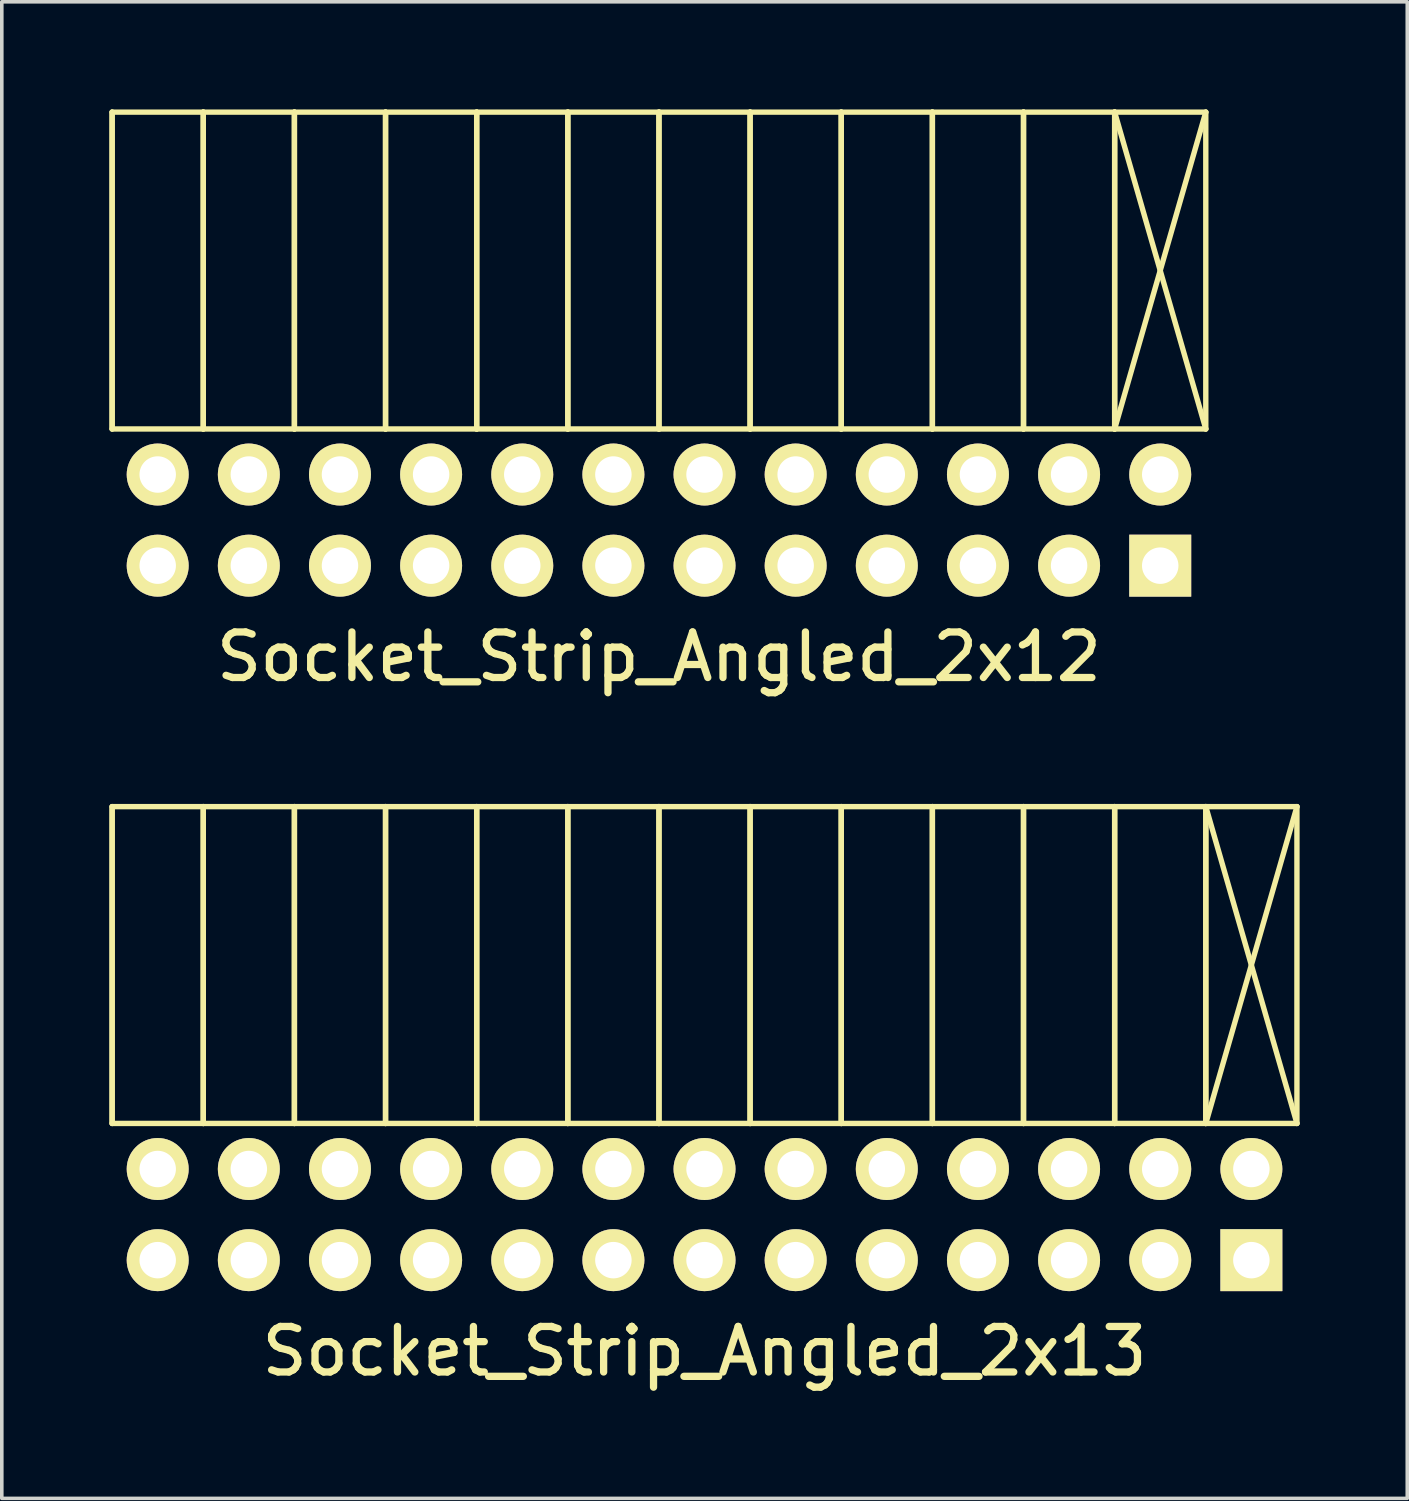
<source format=kicad_pcb>
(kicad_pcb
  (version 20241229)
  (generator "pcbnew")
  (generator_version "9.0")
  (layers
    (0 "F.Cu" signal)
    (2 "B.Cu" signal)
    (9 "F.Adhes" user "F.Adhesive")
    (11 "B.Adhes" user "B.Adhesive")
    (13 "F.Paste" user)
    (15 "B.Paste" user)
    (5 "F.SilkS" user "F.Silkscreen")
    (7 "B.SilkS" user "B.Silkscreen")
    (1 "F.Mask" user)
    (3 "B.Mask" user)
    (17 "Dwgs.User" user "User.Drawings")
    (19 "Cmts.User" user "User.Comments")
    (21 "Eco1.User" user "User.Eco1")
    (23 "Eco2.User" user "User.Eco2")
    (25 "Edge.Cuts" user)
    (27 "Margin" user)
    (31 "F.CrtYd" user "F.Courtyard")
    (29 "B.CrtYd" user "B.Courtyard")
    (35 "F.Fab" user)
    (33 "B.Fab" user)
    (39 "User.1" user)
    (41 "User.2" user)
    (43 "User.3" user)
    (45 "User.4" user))
  (footprint "Socket_Strip_Angled_2x12"
    (layer "F.Cu")
    (at 15.315 11.445)
    (property "Reference" "Socket_Strip_Angled_2x12" (at 0 3.81 0) (layer "F.SilkS") (effects (font (size 1.27 1.27) (thickness 0.203))))
    (attr through_hole)
    (fp_line (start -15.24 -11.37) (end -15.24 -2.54) (stroke (width 0.15) (type solid)) (layer "F.SilkS"))
    (fp_line (start -15.24 -2.54) (end -15.24 -11.37) (stroke (width 0.15) (type solid)) (layer "F.SilkS"))
    (fp_line (start -12.7 -11.37) (end -15.24 -11.37) (stroke (width 0.15) (type solid)) (layer "F.SilkS"))
    (fp_line (start -12.7 -11.37) (end -12.7 -2.54) (stroke (width 0.15) (type solid)) (layer "F.SilkS"))
    (fp_line (start -12.7 -2.54) (end -15.24 -2.54) (stroke (width 0.15) (type solid)) (layer "F.SilkS"))
    (fp_line (start -12.7 -2.54) (end -12.7 -11.37) (stroke (width 0.15) (type solid)) (layer "F.SilkS"))
    (fp_line (start -10.16 -11.37) (end -12.7 -11.37) (stroke (width 0.15) (type solid)) (layer "F.SilkS"))
    (fp_line (start -10.16 -11.37) (end -10.16 -2.54) (stroke (width 0.15) (type solid)) (layer "F.SilkS"))
    (fp_line (start -10.16 -2.54) (end -12.7 -2.54) (stroke (width 0.15) (type solid)) (layer "F.SilkS"))
    (fp_line (start -10.16 -2.54) (end -10.16 -11.37) (stroke (width 0.15) (type solid)) (layer "F.SilkS"))
    (fp_line (start -7.62 -11.37) (end -10.16 -11.37) (stroke (width 0.15) (type solid)) (layer "F.SilkS"))
    (fp_line (start -7.62 -11.37) (end -7.62 -2.54) (stroke (width 0.15) (type solid)) (layer "F.SilkS"))
    (fp_line (start -7.62 -2.54) (end -10.16 -2.54) (stroke (width 0.15) (type solid)) (layer "F.SilkS"))
    (fp_line (start -7.62 -2.54) (end -7.62 -11.37) (stroke (width 0.15) (type solid)) (layer "F.SilkS"))
    (fp_line (start -5.08 -11.37) (end -7.62 -11.37) (stroke (width 0.15) (type solid)) (layer "F.SilkS"))
    (fp_line (start -5.08 -11.37) (end -5.08 -2.54) (stroke (width 0.15) (type solid)) (layer "F.SilkS"))
    (fp_line (start -5.08 -2.54) (end -7.62 -2.54) (stroke (width 0.15) (type solid)) (layer "F.SilkS"))
    (fp_line (start -5.08 -2.54) (end -5.08 -11.37) (stroke (width 0.15) (type solid)) (layer "F.SilkS"))
    (fp_line (start -2.54 -11.37) (end -5.08 -11.37) (stroke (width 0.15) (type solid)) (layer "F.SilkS"))
    (fp_line (start -2.54 -11.37) (end -2.54 -2.54) (stroke (width 0.15) (type solid)) (layer "F.SilkS"))
    (fp_line (start -2.54 -2.54) (end -5.08 -2.54) (stroke (width 0.15) (type solid)) (layer "F.SilkS"))
    (fp_line (start -2.54 -2.54) (end -2.54 -11.37) (stroke (width 0.15) (type solid)) (layer "F.SilkS"))
    (fp_line (start 0 -11.37) (end -2.54 -11.37) (stroke (width 0.15) (type solid)) (layer "F.SilkS"))
    (fp_line (start 0 -11.37) (end 0 -2.54) (stroke (width 0.15) (type solid)) (layer "F.SilkS"))
    (fp_line (start 0 -2.54) (end -2.54 -2.54) (stroke (width 0.15) (type solid)) (layer "F.SilkS"))
    (fp_line (start 0 -2.54) (end 0 -11.37) (stroke (width 0.15) (type solid)) (layer "F.SilkS"))
    (fp_line (start 2.54 -11.37) (end 0 -11.37) (stroke (width 0.15) (type solid)) (layer "F.SilkS"))
    (fp_line (start 2.54 -11.37) (end 2.54 -2.54) (stroke (width 0.15) (type solid)) (layer "F.SilkS"))
    (fp_line (start 2.54 -2.54) (end 0 -2.54) (stroke (width 0.15) (type solid)) (layer "F.SilkS"))
    (fp_line (start 2.54 -2.54) (end 2.54 -11.37) (stroke (width 0.15) (type solid)) (layer "F.SilkS"))
    (fp_line (start 5.08 -11.37) (end 2.54 -11.37) (stroke (width 0.15) (type solid)) (layer "F.SilkS"))
    (fp_line (start 5.08 -11.37) (end 5.08 -2.54) (stroke (width 0.15) (type solid)) (layer "F.SilkS"))
    (fp_line (start 5.08 -2.54) (end 2.54 -2.54) (stroke (width 0.15) (type solid)) (layer "F.SilkS"))
    (fp_line (start 5.08 -2.54) (end 5.08 -11.37) (stroke (width 0.15) (type solid)) (layer "F.SilkS"))
    (fp_line (start 7.62 -11.37) (end 5.08 -11.37) (stroke (width 0.15) (type solid)) (layer "F.SilkS"))
    (fp_line (start 7.62 -11.37) (end 7.62 -2.54) (stroke (width 0.15) (type solid)) (layer "F.SilkS"))
    (fp_line (start 7.62 -2.54) (end 5.08 -2.54) (stroke (width 0.15) (type solid)) (layer "F.SilkS"))
    (fp_line (start 7.62 -2.54) (end 7.62 -11.37) (stroke (width 0.15) (type solid)) (layer "F.SilkS"))
    (fp_line (start 10.16 -11.37) (end 7.62 -11.37) (stroke (width 0.15) (type solid)) (layer "F.SilkS"))
    (fp_line (start 10.16 -11.37) (end 10.16 -2.54) (stroke (width 0.15) (type solid)) (layer "F.SilkS"))
    (fp_line (start 10.16 -2.54) (end 7.62 -2.54) (stroke (width 0.15) (type solid)) (layer "F.SilkS"))
    (fp_line (start 10.16 -2.54) (end 10.16 -11.37) (stroke (width 0.15) (type solid)) (layer "F.SilkS"))
    (fp_line (start 12.7 -11.37) (end 10.16 -11.37) (stroke (width 0.15) (type solid)) (layer "F.SilkS"))
    (fp_line (start 12.7 -11.37) (end 12.7 -2.54) (stroke (width 0.15) (type solid)) (layer "F.SilkS"))
    (fp_line (start 12.7 -2.54) (end 10.16 -2.54) (stroke (width 0.15) (type solid)) (layer "F.SilkS"))
    (fp_line (start 12.7 -2.54) (end 12.7 -11.37) (stroke (width 0.15) (type solid)) (layer "F.SilkS"))
    (fp_line (start 15.24 -11.37) (end 12.7 -11.37) (stroke (width 0.15) (type solid)) (layer "F.SilkS"))
    (fp_line (start 15.24 -11.37) (end 12.7 -2.54) (stroke (width 0.15) (type solid)) (layer "F.SilkS"))
    (fp_line (start 15.24 -2.54) (end 12.7 -11.37) (stroke (width 0.15) (type solid)) (layer "F.SilkS"))
    (fp_line (start 15.24 -2.54) (end 12.7 -2.54) (stroke (width 0.15) (type solid)) (layer "F.SilkS"))
    (fp_line (start 15.24 -2.54) (end 15.24 -11.37) (stroke (width 0.15) (type solid)) (layer "F.SilkS"))
    (pad "1" thru_hole rect (at 13.97 1.27 180) (size 1.727 1.727) (drill 1.016) (layers "*.Cu" "*.Mask" "F.SilkS"))
    (pad "2" thru_hole oval (at 13.97 -1.27 180) (size 1.727 1.727) (drill 1.016) (layers "*.Cu" "*.Mask" "F.SilkS"))
    (pad "3" thru_hole oval (at 11.43 1.27 180) (size 1.727 1.727) (drill 1.016) (layers "*.Cu" "*.Mask" "F.SilkS"))
    (pad "4" thru_hole oval (at 11.43 -1.27 180) (size 1.727 1.727) (drill 1.016) (layers "*.Cu" "*.Mask" "F.SilkS"))
    (pad "5" thru_hole oval (at 8.89 1.27 180) (size 1.727 1.727) (drill 1.016) (layers "*.Cu" "*.Mask" "F.SilkS"))
    (pad "6" thru_hole oval (at 8.89 -1.27 180) (size 1.727 1.727) (drill 1.016) (layers "*.Cu" "*.Mask" "F.SilkS"))
    (pad "7" thru_hole oval (at 6.35 1.27 180) (size 1.727 1.727) (drill 1.016) (layers "*.Cu" "*.Mask" "F.SilkS"))
    (pad "8" thru_hole oval (at 6.35 -1.27 180) (size 1.727 1.727) (drill 1.016) (layers "*.Cu" "*.Mask" "F.SilkS"))
    (pad "9" thru_hole oval (at 3.81 1.27 180) (size 1.727 1.727) (drill 1.016) (layers "*.Cu" "*.Mask" "F.SilkS"))
    (pad "10" thru_hole oval (at 3.81 -1.27 180) (size 1.727 1.727) (drill 1.016) (layers "*.Cu" "*.Mask" "F.SilkS"))
    (pad "11" thru_hole oval (at 1.27 1.27 180) (size 1.727 1.727) (drill 1.016) (layers "*.Cu" "*.Mask" "F.SilkS"))
    (pad "12" thru_hole oval (at 1.27 -1.27 180) (size 1.727 1.727) (drill 1.016) (layers "*.Cu" "*.Mask" "F.SilkS"))
    (pad "13" thru_hole oval (at -1.27 1.27 180) (size 1.727 1.727) (drill 1.016) (layers "*.Cu" "*.Mask" "F.SilkS"))
    (pad "14" thru_hole oval (at -1.27 -1.27 180) (size 1.727 1.727) (drill 1.016) (layers "*.Cu" "*.Mask" "F.SilkS"))
    (pad "15" thru_hole oval (at -3.81 1.27 180) (size 1.727 1.727) (drill 1.016) (layers "*.Cu" "*.Mask" "F.SilkS"))
    (pad "16" thru_hole oval (at -3.81 -1.27 180) (size 1.727 1.727) (drill 1.016) (layers "*.Cu" "*.Mask" "F.SilkS"))
    (pad "17" thru_hole oval (at -6.35 1.27 180) (size 1.727 1.727) (drill 1.016) (layers "*.Cu" "*.Mask" "F.SilkS"))
    (pad "18" thru_hole oval (at -6.35 -1.27 180) (size 1.727 1.727) (drill 1.016) (layers "*.Cu" "*.Mask" "F.SilkS"))
    (pad "19" thru_hole oval (at -8.89 1.27 180) (size 1.727 1.727) (drill 1.016) (layers "*.Cu" "*.Mask" "F.SilkS"))
    (pad "20" thru_hole oval (at -8.89 -1.27 180) (size 1.727 1.727) (drill 1.016) (layers "*.Cu" "*.Mask" "F.SilkS"))
    (pad "21" thru_hole oval (at -11.43 1.27 180) (size 1.727 1.727) (drill 1.016) (layers "*.Cu" "*.Mask" "F.SilkS"))
    (pad "22" thru_hole oval (at -11.43 -1.27 180) (size 1.727 1.727) (drill 1.016) (layers "*.Cu" "*.Mask" "F.SilkS"))
    (pad "23" thru_hole oval (at -13.97 1.27 180) (size 1.727 1.727) (drill 1.016) (layers "*.Cu" "*.Mask" "F.SilkS"))
    (pad "24" thru_hole oval (at -13.97 -1.27 180) (size 1.727 1.727) (drill 1.016) (layers "*.Cu" "*.Mask" "F.SilkS")))
  (footprint "Socket_Strip_Angled_2x13"
    (layer "F.Cu")
    (at 16.585 30.8)
    (property "Reference" "Socket_Strip_Angled_2x13" (at 0 3.81 0) (layer "F.SilkS") (effects (font (size 1.27 1.27) (thickness 0.203))))
    (attr through_hole)
    (fp_line (start -16.51 -11.37) (end -16.51 -2.54) (stroke (width 0.15) (type solid)) (layer "F.SilkS"))
    (fp_line (start -16.51 -2.54) (end -16.51 -11.37) (stroke (width 0.15) (type solid)) (layer "F.SilkS"))
    (fp_line (start -13.97 -11.37) (end -16.51 -11.37) (stroke (width 0.15) (type solid)) (layer "F.SilkS"))
    (fp_line (start -13.97 -11.37) (end -13.97 -2.54) (stroke (width 0.15) (type solid)) (layer "F.SilkS"))
    (fp_line (start -13.97 -2.54) (end -16.51 -2.54) (stroke (width 0.15) (type solid)) (layer "F.SilkS"))
    (fp_line (start -13.97 -2.54) (end -13.97 -11.37) (stroke (width 0.15) (type solid)) (layer "F.SilkS"))
    (fp_line (start -11.43 -11.37) (end -13.97 -11.37) (stroke (width 0.15) (type solid)) (layer "F.SilkS"))
    (fp_line (start -11.43 -11.37) (end -11.43 -2.54) (stroke (width 0.15) (type solid)) (layer "F.SilkS"))
    (fp_line (start -11.43 -2.54) (end -13.97 -2.54) (stroke (width 0.15) (type solid)) (layer "F.SilkS"))
    (fp_line (start -11.43 -2.54) (end -11.43 -11.37) (stroke (width 0.15) (type solid)) (layer "F.SilkS"))
    (fp_line (start -8.89 -11.37) (end -11.43 -11.37) (stroke (width 0.15) (type solid)) (layer "F.SilkS"))
    (fp_line (start -8.89 -11.37) (end -8.89 -2.54) (stroke (width 0.15) (type solid)) (layer "F.SilkS"))
    (fp_line (start -8.89 -2.54) (end -11.43 -2.54) (stroke (width 0.15) (type solid)) (layer "F.SilkS"))
    (fp_line (start -8.89 -2.54) (end -8.89 -11.37) (stroke (width 0.15) (type solid)) (layer "F.SilkS"))
    (fp_line (start -6.35 -11.37) (end -8.89 -11.37) (stroke (width 0.15) (type solid)) (layer "F.SilkS"))
    (fp_line (start -6.35 -11.37) (end -6.35 -2.54) (stroke (width 0.15) (type solid)) (layer "F.SilkS"))
    (fp_line (start -6.35 -2.54) (end -8.89 -2.54) (stroke (width 0.15) (type solid)) (layer "F.SilkS"))
    (fp_line (start -6.35 -2.54) (end -6.35 -11.37) (stroke (width 0.15) (type solid)) (layer "F.SilkS"))
    (fp_line (start -3.81 -11.37) (end -6.35 -11.37) (stroke (width 0.15) (type solid)) (layer "F.SilkS"))
    (fp_line (start -3.81 -11.37) (end -3.81 -2.54) (stroke (width 0.15) (type solid)) (layer "F.SilkS"))
    (fp_line (start -3.81 -2.54) (end -6.35 -2.54) (stroke (width 0.15) (type solid)) (layer "F.SilkS"))
    (fp_line (start -3.81 -2.54) (end -3.81 -11.37) (stroke (width 0.15) (type solid)) (layer "F.SilkS"))
    (fp_line (start -1.27 -11.37) (end -3.81 -11.37) (stroke (width 0.15) (type solid)) (layer "F.SilkS"))
    (fp_line (start -1.27 -11.37) (end -1.27 -2.54) (stroke (width 0.15) (type solid)) (layer "F.SilkS"))
    (fp_line (start -1.27 -2.54) (end -3.81 -2.54) (stroke (width 0.15) (type solid)) (layer "F.SilkS"))
    (fp_line (start -1.27 -2.54) (end -1.27 -11.37) (stroke (width 0.15) (type solid)) (layer "F.SilkS"))
    (fp_line (start 1.27 -11.37) (end -1.27 -11.37) (stroke (width 0.15) (type solid)) (layer "F.SilkS"))
    (fp_line (start 1.27 -11.37) (end 1.27 -2.54) (stroke (width 0.15) (type solid)) (layer "F.SilkS"))
    (fp_line (start 1.27 -2.54) (end -1.27 -2.54) (stroke (width 0.15) (type solid)) (layer "F.SilkS"))
    (fp_line (start 1.27 -2.54) (end 1.27 -11.37) (stroke (width 0.15) (type solid)) (layer "F.SilkS"))
    (fp_line (start 3.81 -11.37) (end 1.27 -11.37) (stroke (width 0.15) (type solid)) (layer "F.SilkS"))
    (fp_line (start 3.81 -11.37) (end 3.81 -2.54) (stroke (width 0.15) (type solid)) (layer "F.SilkS"))
    (fp_line (start 3.81 -2.54) (end 1.27 -2.54) (stroke (width 0.15) (type solid)) (layer "F.SilkS"))
    (fp_line (start 3.81 -2.54) (end 3.81 -11.37) (stroke (width 0.15) (type solid)) (layer "F.SilkS"))
    (fp_line (start 6.35 -11.37) (end 3.81 -11.37) (stroke (width 0.15) (type solid)) (layer "F.SilkS"))
    (fp_line (start 6.35 -11.37) (end 6.35 -2.54) (stroke (width 0.15) (type solid)) (layer "F.SilkS"))
    (fp_line (start 6.35 -2.54) (end 3.81 -2.54) (stroke (width 0.15) (type solid)) (layer "F.SilkS"))
    (fp_line (start 6.35 -2.54) (end 6.35 -11.37) (stroke (width 0.15) (type solid)) (layer "F.SilkS"))
    (fp_line (start 8.89 -11.37) (end 6.35 -11.37) (stroke (width 0.15) (type solid)) (layer "F.SilkS"))
    (fp_line (start 8.89 -11.37) (end 8.89 -2.54) (stroke (width 0.15) (type solid)) (layer "F.SilkS"))
    (fp_line (start 8.89 -2.54) (end 6.35 -2.54) (stroke (width 0.15) (type solid)) (layer "F.SilkS"))
    (fp_line (start 8.89 -2.54) (end 8.89 -11.37) (stroke (width 0.15) (type solid)) (layer "F.SilkS"))
    (fp_line (start 11.43 -11.37) (end 8.89 -11.37) (stroke (width 0.15) (type solid)) (layer "F.SilkS"))
    (fp_line (start 11.43 -11.37) (end 11.43 -2.54) (stroke (width 0.15) (type solid)) (layer "F.SilkS"))
    (fp_line (start 11.43 -2.54) (end 8.89 -2.54) (stroke (width 0.15) (type solid)) (layer "F.SilkS"))
    (fp_line (start 11.43 -2.54) (end 11.43 -11.37) (stroke (width 0.15) (type solid)) (layer "F.SilkS"))
    (fp_line (start 13.97 -11.37) (end 11.43 -11.37) (stroke (width 0.15) (type solid)) (layer "F.SilkS"))
    (fp_line (start 13.97 -11.37) (end 13.97 -2.54) (stroke (width 0.15) (type solid)) (layer "F.SilkS"))
    (fp_line (start 13.97 -2.54) (end 11.43 -2.54) (stroke (width 0.15) (type solid)) (layer "F.SilkS"))
    (fp_line (start 13.97 -2.54) (end 13.97 -11.37) (stroke (width 0.15) (type solid)) (layer "F.SilkS"))
    (fp_line (start 16.51 -11.37) (end 13.97 -11.37) (stroke (width 0.15) (type solid)) (layer "F.SilkS"))
    (fp_line (start 16.51 -11.37) (end 13.97 -2.54) (stroke (width 0.15) (type solid)) (layer "F.SilkS"))
    (fp_line (start 16.51 -2.54) (end 13.97 -11.37) (stroke (width 0.15) (type solid)) (layer "F.SilkS"))
    (fp_line (start 16.51 -2.54) (end 13.97 -2.54) (stroke (width 0.15) (type solid)) (layer "F.SilkS"))
    (fp_line (start 16.51 -2.54) (end 16.51 -11.37) (stroke (width 0.15) (type solid)) (layer "F.SilkS"))
    (pad "1" thru_hole rect (at 15.24 1.27 180) (size 1.727 1.727) (drill 1.016) (layers "*.Cu" "*.Mask" "F.SilkS"))
    (pad "2" thru_hole oval (at 15.24 -1.27 180) (size 1.727 1.727) (drill 1.016) (layers "*.Cu" "*.Mask" "F.SilkS"))
    (pad "3" thru_hole oval (at 12.7 1.27 180) (size 1.727 1.727) (drill 1.016) (layers "*.Cu" "*.Mask" "F.SilkS"))
    (pad "4" thru_hole oval (at 12.7 -1.27 180) (size 1.727 1.727) (drill 1.016) (layers "*.Cu" "*.Mask" "F.SilkS"))
    (pad "5" thru_hole oval (at 10.16 1.27 180) (size 1.727 1.727) (drill 1.016) (layers "*.Cu" "*.Mask" "F.SilkS"))
    (pad "6" thru_hole oval (at 10.16 -1.27 180) (size 1.727 1.727) (drill 1.016) (layers "*.Cu" "*.Mask" "F.SilkS"))
    (pad "7" thru_hole oval (at 7.62 1.27 180) (size 1.727 1.727) (drill 1.016) (layers "*.Cu" "*.Mask" "F.SilkS"))
    (pad "8" thru_hole oval (at 7.62 -1.27 180) (size 1.727 1.727) (drill 1.016) (layers "*.Cu" "*.Mask" "F.SilkS"))
    (pad "9" thru_hole oval (at 5.08 1.27 180) (size 1.727 1.727) (drill 1.016) (layers "*.Cu" "*.Mask" "F.SilkS"))
    (pad "10" thru_hole oval (at 5.08 -1.27 180) (size 1.727 1.727) (drill 1.016) (layers "*.Cu" "*.Mask" "F.SilkS"))
    (pad "11" thru_hole oval (at 2.54 1.27 180) (size 1.727 1.727) (drill 1.016) (layers "*.Cu" "*.Mask" "F.SilkS"))
    (pad "12" thru_hole oval (at 2.54 -1.27 180) (size 1.727 1.727) (drill 1.016) (layers "*.Cu" "*.Mask" "F.SilkS"))
    (pad "13" thru_hole oval (at 0 1.27 180) (size 1.727 1.727) (drill 1.016) (layers "*.Cu" "*.Mask" "F.SilkS"))
    (pad "14" thru_hole oval (at 0 -1.27 180) (size 1.727 1.727) (drill 1.016) (layers "*.Cu" "*.Mask" "F.SilkS"))
    (pad "15" thru_hole oval (at -2.54 1.27 180) (size 1.727 1.727) (drill 1.016) (layers "*.Cu" "*.Mask" "F.SilkS"))
    (pad "16" thru_hole oval (at -2.54 -1.27 180) (size 1.727 1.727) (drill 1.016) (layers "*.Cu" "*.Mask" "F.SilkS"))
    (pad "17" thru_hole oval (at -5.08 1.27 180) (size 1.727 1.727) (drill 1.016) (layers "*.Cu" "*.Mask" "F.SilkS"))
    (pad "18" thru_hole oval (at -5.08 -1.27 180) (size 1.727 1.727) (drill 1.016) (layers "*.Cu" "*.Mask" "F.SilkS"))
    (pad "19" thru_hole oval (at -7.62 1.27 180) (size 1.727 1.727) (drill 1.016) (layers "*.Cu" "*.Mask" "F.SilkS"))
    (pad "20" thru_hole oval (at -7.62 -1.27 180) (size 1.727 1.727) (drill 1.016) (layers "*.Cu" "*.Mask" "F.SilkS"))
    (pad "21" thru_hole oval (at -10.16 1.27 180) (size 1.727 1.727) (drill 1.016) (layers "*.Cu" "*.Mask" "F.SilkS"))
    (pad "22" thru_hole oval (at -10.16 -1.27 180) (size 1.727 1.727) (drill 1.016) (layers "*.Cu" "*.Mask" "F.SilkS"))
    (pad "23" thru_hole oval (at -12.7 1.27 180) (size 1.727 1.727) (drill 1.016) (layers "*.Cu" "*.Mask" "F.SilkS"))
    (pad "24" thru_hole oval (at -12.7 -1.27 180) (size 1.727 1.727) (drill 1.016) (layers "*.Cu" "*.Mask" "F.SilkS"))
    (pad "25" thru_hole oval (at -15.24 1.27 180) (size 1.727 1.727) (drill 1.016) (layers "*.Cu" "*.Mask" "F.SilkS"))
    (pad "26" thru_hole oval (at -15.24 -1.27 180) (size 1.727 1.727) (drill 1.016) (layers "*.Cu" "*.Mask" "F.SilkS")))
  (gr_rect
    (start -3 -3)
    (end 36.17 38.709)
    (stroke (width 0.1) (type default))
    (fill no)
    (layer "Edge.Cuts")))
</source>
